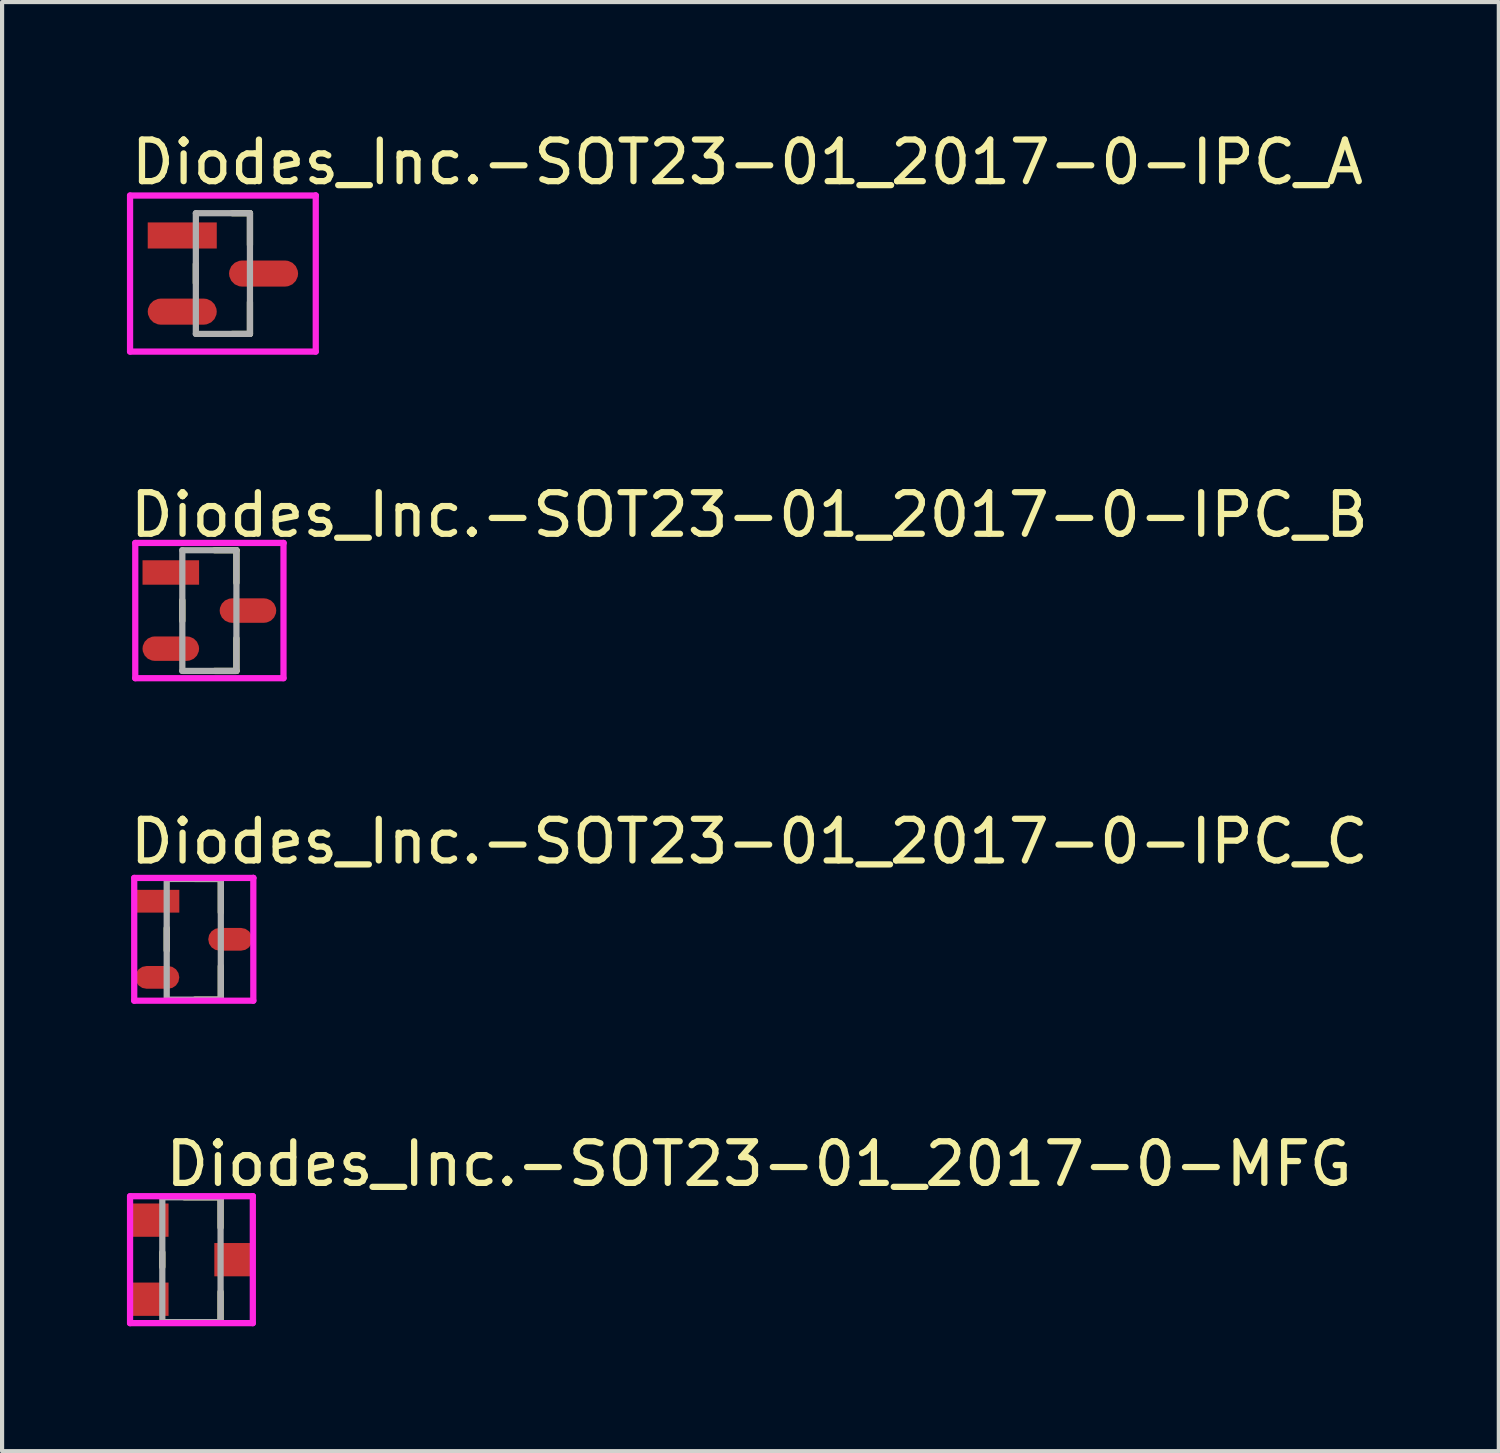
<source format=kicad_pcb>
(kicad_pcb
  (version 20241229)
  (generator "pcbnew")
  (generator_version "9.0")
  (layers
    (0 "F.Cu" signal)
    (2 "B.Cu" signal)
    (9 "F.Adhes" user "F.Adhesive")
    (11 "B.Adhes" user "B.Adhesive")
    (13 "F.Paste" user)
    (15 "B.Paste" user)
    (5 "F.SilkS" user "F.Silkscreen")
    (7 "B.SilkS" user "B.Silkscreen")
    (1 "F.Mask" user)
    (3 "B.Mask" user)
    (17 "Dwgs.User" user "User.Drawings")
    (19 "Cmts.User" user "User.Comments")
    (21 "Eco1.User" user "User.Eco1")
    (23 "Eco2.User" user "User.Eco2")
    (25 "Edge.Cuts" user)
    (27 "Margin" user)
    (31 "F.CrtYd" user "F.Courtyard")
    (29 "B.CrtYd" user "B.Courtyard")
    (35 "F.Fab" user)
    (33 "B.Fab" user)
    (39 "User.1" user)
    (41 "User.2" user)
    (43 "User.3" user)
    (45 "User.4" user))
  (footprint "Diodes_Inc.-SOT23-01_2017-0-IPC_A"
    (layer "F.Cu")
    (at 2.306 3.523)
    (property "Reference" "Diodes_Inc.-SOT23-01_2017-0-IPC_A" (at -2.281 -2.675 0) (layer "F.SilkS") (effects (font (size 1 1) (thickness 0.15)) (justify left)))
    (attr through_hole)
    (fp_line (start -0.65 0.227) (end -0.65 -0.227) (stroke (width 0.15) (type solid)) (layer "F.SilkS"))
    (fp_line (start 0.228 -1.45) (end 0.65 -1.45) (stroke (width 0.15) (type solid)) (layer "F.SilkS"))
    (fp_line (start 0.228 1.45) (end 0.65 1.45) (stroke (width 0.15) (type solid)) (layer "F.SilkS"))
    (fp_line (start 0.65 -0.688) (end 0.65 -1.45) (stroke (width 0.15) (type solid)) (layer "F.SilkS"))
    (fp_line (start 0.65 1.45) (end 0.65 0.688) (stroke (width 0.15) (type solid)) (layer "F.SilkS"))
    (fp_line (start -2.231 -1.875) (end -2.231 1.875) (stroke (width 0.15) (type solid)) (layer "F.CrtYd"))
    (fp_line (start -2.231 1.875) (end 2.231 1.875) (stroke (width 0.15) (type solid)) (layer "F.CrtYd"))
    (fp_line (start 2.231 -1.875) (end -2.231 -1.875) (stroke (width 0.15) (type solid)) (layer "F.CrtYd"))
    (fp_line (start 2.231 -1.875) (end 2.231 -1.875) (stroke (width 0.15) (type solid)) (layer "F.CrtYd"))
    (fp_line (start 2.231 1.875) (end 2.231 -1.875) (stroke (width 0.15) (type solid)) (layer "F.CrtYd"))
    (fp_line (start -0.65 -1.45) (end 0.65 -1.45) (stroke (width 0.15) (type solid)) (layer "F.Fab"))
    (fp_line (start -0.65 1.45) (end -0.65 -1.45) (stroke (width 0.15) (type solid)) (layer "F.Fab"))
    (fp_line (start 0.65 -1.45) (end 0.65 1.45) (stroke (width 0.15) (type solid)) (layer "F.Fab"))
    (fp_line (start 0.65 1.45) (end -0.65 1.45) (stroke (width 0.15) (type solid)) (layer "F.Fab"))
    (pad "1" smd rect (at -0.977 -0.915) (size 1.659 0.627) (layers "F.Cu" "F.Mask" "F.Paste"))
    (pad "2" smd roundrect (at -0.977 0.915) (size 1.659 0.627) (layers "F.Cu" "F.Mask" "F.Paste") (roundrect_rratio 0.5))
    (pad "3" smd roundrect (at 0.977 0.000001) (size 1.659 0.627) (layers "F.Cu" "F.Mask" "F.Paste") (roundrect_rratio 0.5)))
  (footprint "Diodes_Inc.-SOT23-01_2017-0-MFG"
    (layer "F.Cu")
    (at 1.55 27.218)
    (property "Reference" "Diodes_Inc.-SOT23-01_2017-0-MFG" (at -0.7 -2.3 0) (layer "F.SilkS") (effects (font (size 1 1) (thickness 0.15)) (justify left)))
    (attr through_hole)
    (fp_line (start -0.7 0.175) (end -0.7 -0.175) (stroke (width 0.15) (type solid)) (layer "F.SilkS"))
    (fp_line (start -0.175 -1.5) (end 0.7 -1.5) (stroke (width 0.15) (type solid)) (layer "F.SilkS"))
    (fp_line (start -0.175 1.5) (end 0.7 1.5) (stroke (width 0.15) (type solid)) (layer "F.SilkS"))
    (fp_line (start 0.7 -0.775) (end 0.7 -1.5) (stroke (width 0.15) (type solid)) (layer "F.SilkS"))
    (fp_line (start 0.7 1.5) (end 0.7 0.775) (stroke (width 0.15) (type solid)) (layer "F.SilkS"))
    (fp_line (start -1.475 -1.525) (end -1.475 1.525) (stroke (width 0.15) (type solid)) (layer "F.CrtYd"))
    (fp_line (start -1.475 1.525) (end 1.475 1.525) (stroke (width 0.15) (type solid)) (layer "F.CrtYd"))
    (fp_line (start 1.475 -1.525) (end -1.475 -1.525) (stroke (width 0.15) (type solid)) (layer "F.CrtYd"))
    (fp_line (start 1.475 -1.525) (end 1.475 -1.525) (stroke (width 0.15) (type solid)) (layer "F.CrtYd"))
    (fp_line (start 1.475 1.525) (end 1.475 -1.525) (stroke (width 0.15) (type solid)) (layer "F.CrtYd"))
    (fp_line (start -0.7 -1.5) (end 0.7 -1.5) (stroke (width 0.15) (type solid)) (layer "F.Fab"))
    (fp_line (start -0.7 1.5) (end -0.7 -1.5) (stroke (width 0.15) (type solid)) (layer "F.Fab"))
    (fp_line (start 0.7 -1.5) (end 0.7 1.5) (stroke (width 0.15) (type solid)) (layer "F.Fab"))
    (fp_line (start 0.7 1.5) (end -0.7 1.5) (stroke (width 0.15) (type solid)) (layer "F.Fab"))
    (pad "1" smd rect (at -1 -0.95) (size 0.9 0.8) (layers "F.Cu" "F.Mask" "F.Paste"))
    (pad "2" smd rect (at -1 0.95) (size 0.9 0.8) (layers "F.Cu" "F.Mask" "F.Paste"))
    (pad "3" smd rect (at 1 0) (size 0.9 0.8) (layers "F.Cu" "F.Mask" "F.Paste")))
  (footprint "Diodes_Inc.-SOT23-01_2017-0-IPC_C"
    (layer "F.Cu")
    (at 1.606 19.52)
    (property "Reference" "Diodes_Inc.-SOT23-01_2017-0-IPC_C" (at -1.606 -2.35 0) (layer "F.SilkS") (effects (font (size 1 1) (thickness 0.15)) (justify left)))
    (attr through_hole)
    (fp_line (start -0.65 0.267) (end -0.65 -0.267) (stroke (width 0.15) (type solid)) (layer "F.SilkS"))
    (fp_line (start 0.028 -1.45) (end 0.65 -1.45) (stroke (width 0.15) (type solid)) (layer "F.SilkS"))
    (fp_line (start 0.028 1.45) (end 0.65 1.45) (stroke (width 0.15) (type solid)) (layer "F.SilkS"))
    (fp_line (start 0.65 -0.648) (end 0.65 -1.45) (stroke (width 0.15) (type solid)) (layer "F.SilkS"))
    (fp_line (start 0.65 1.45) (end 0.65 0.648) (stroke (width 0.15) (type solid)) (layer "F.SilkS"))
    (fp_line (start -1.431 -1.475) (end -1.431 1.475) (stroke (width 0.15) (type solid)) (layer "F.CrtYd"))
    (fp_line (start -1.431 1.475) (end 1.431 1.475) (stroke (width 0.15) (type solid)) (layer "F.CrtYd"))
    (fp_line (start 1.431 -1.475) (end -1.431 -1.475) (stroke (width 0.15) (type solid)) (layer "F.CrtYd"))
    (fp_line (start 1.431 -1.475) (end 1.431 -1.475) (stroke (width 0.15) (type solid)) (layer "F.CrtYd"))
    (fp_line (start 1.431 1.475) (end 1.431 -1.475) (stroke (width 0.15) (type solid)) (layer "F.CrtYd"))
    (fp_line (start -0.65 -1.45) (end 0.65 -1.45) (stroke (width 0.15) (type solid)) (layer "F.Fab"))
    (fp_line (start -0.65 1.45) (end -0.65 -1.45) (stroke (width 0.15) (type solid)) (layer "F.Fab"))
    (fp_line (start 0.65 -1.45) (end 0.65 1.45) (stroke (width 0.15) (type solid)) (layer "F.Fab"))
    (fp_line (start 0.65 1.45) (end -0.65 1.45) (stroke (width 0.15) (type solid)) (layer "F.Fab"))
    (pad "1" smd rect (at -0.877 -0.915) (size 1.059 0.547) (layers "F.Cu" "F.Mask" "F.Paste"))
    (pad "2" smd roundrect (at -0.877 0.915) (size 1.059 0.547) (layers "F.Cu" "F.Mask" "F.Paste") (roundrect_rratio 0.5))
    (pad "3" smd roundrect (at 0.877 0.000001) (size 1.059 0.547) (layers "F.Cu" "F.Mask" "F.Paste") (roundrect_rratio 0.5)))
  (footprint "Diodes_Inc.-SOT23-01_2017-0-IPC_B"
    (layer "F.Cu")
    (at 1.981 11.621)
    (property "Reference" "Diodes_Inc.-SOT23-01_2017-0-IPC_B" (at -1.981 -2.3 0) (layer "F.SilkS") (effects (font (size 1 1) (thickness 0.15)) (justify left)))
    (attr through_hole)
    (fp_line (start -0.65 0.247) (end -0.65 -0.247) (stroke (width 0.15) (type solid)) (layer "F.SilkS"))
    (fp_line (start 0.128 -1.45) (end 0.65 -1.45) (stroke (width 0.15) (type solid)) (layer "F.SilkS"))
    (fp_line (start 0.128 1.45) (end 0.65 1.45) (stroke (width 0.15) (type solid)) (layer "F.SilkS"))
    (fp_line (start 0.65 -0.668) (end 0.65 -1.45) (stroke (width 0.15) (type solid)) (layer "F.SilkS"))
    (fp_line (start 0.65 1.45) (end 0.65 0.668) (stroke (width 0.15) (type solid)) (layer "F.SilkS"))
    (fp_line (start -1.781 -1.625) (end -1.781 1.625) (stroke (width 0.15) (type solid)) (layer "F.CrtYd"))
    (fp_line (start -1.781 1.625) (end 1.781 1.625) (stroke (width 0.15) (type solid)) (layer "F.CrtYd"))
    (fp_line (start 1.781 -1.625) (end -1.781 -1.625) (stroke (width 0.15) (type solid)) (layer "F.CrtYd"))
    (fp_line (start 1.781 -1.625) (end 1.781 -1.625) (stroke (width 0.15) (type solid)) (layer "F.CrtYd"))
    (fp_line (start 1.781 1.625) (end 1.781 -1.625) (stroke (width 0.15) (type solid)) (layer "F.CrtYd"))
    (fp_line (start -0.65 -1.45) (end 0.65 -1.45) (stroke (width 0.15) (type solid)) (layer "F.Fab"))
    (fp_line (start -0.65 1.45) (end -0.65 -1.45) (stroke (width 0.15) (type solid)) (layer "F.Fab"))
    (fp_line (start 0.65 -1.45) (end 0.65 1.45) (stroke (width 0.15) (type solid)) (layer "F.Fab"))
    (fp_line (start 0.65 1.45) (end -0.65 1.45) (stroke (width 0.15) (type solid)) (layer "F.Fab"))
    (pad "1" smd rect (at -0.927 -0.915) (size 1.359 0.587) (layers "F.Cu" "F.Mask" "F.Paste"))
    (pad "2" smd roundrect (at -0.927 0.915) (size 1.359 0.587) (layers "F.Cu" "F.Mask" "F.Paste") (roundrect_rratio 0.5))
    (pad "3" smd roundrect (at 0.927 0.000001) (size 1.359 0.587) (layers "F.Cu" "F.Mask" "F.Paste") (roundrect_rratio 0.5)))
  (gr_rect
    (start -3 -3)
    (end 32.964 31.818)
    (stroke (width 0.1) (type default))
    (fill no)
    (layer "Edge.Cuts")))
</source>
